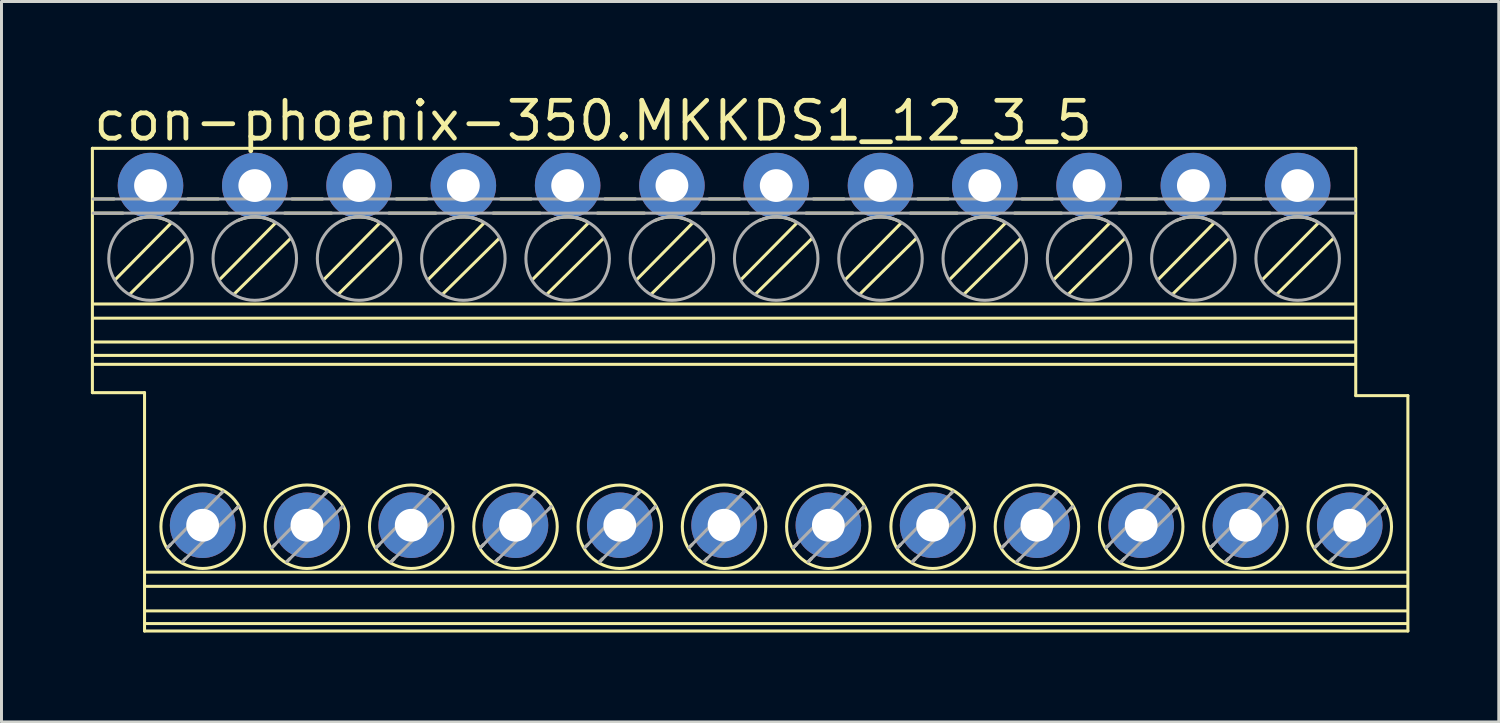
<source format=kicad_pcb>
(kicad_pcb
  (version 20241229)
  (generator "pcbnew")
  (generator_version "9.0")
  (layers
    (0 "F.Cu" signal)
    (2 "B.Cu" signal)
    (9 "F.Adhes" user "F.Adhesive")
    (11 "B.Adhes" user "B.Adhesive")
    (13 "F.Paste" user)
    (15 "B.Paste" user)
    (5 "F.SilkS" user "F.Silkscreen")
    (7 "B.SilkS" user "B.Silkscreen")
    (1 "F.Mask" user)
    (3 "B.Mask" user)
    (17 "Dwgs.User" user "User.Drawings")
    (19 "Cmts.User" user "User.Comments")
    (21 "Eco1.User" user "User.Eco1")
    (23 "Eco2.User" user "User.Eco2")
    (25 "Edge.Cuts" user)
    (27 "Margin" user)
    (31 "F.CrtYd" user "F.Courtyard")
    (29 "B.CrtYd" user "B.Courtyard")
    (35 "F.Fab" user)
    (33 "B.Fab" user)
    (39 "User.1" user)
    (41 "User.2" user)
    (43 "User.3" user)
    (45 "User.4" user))
  (footprint "con-phoenix-350.MKKDS1_12_3_5"
    (layer "F.Cu")
    (at 21.251 10.028)
    (property "Reference" "con-phoenix-350.MKKDS1_12_3_5" (at -21.251 -8.278 0) (layer "F.SilkS") (effects (font (size 1.27 1.27) (thickness 0.16)) (justify left bottom)))
    (attr through_hole)
    (fp_line (start -21.2 -8.1) (end 21.2 -8.1) (stroke (width 0.102) (type default)) (layer "F.SilkS"))
    (fp_line (start -21.2 0.1) (end -21.2 -8.1) (stroke (width 0.102) (type default)) (layer "F.SilkS"))
    (fp_line (start -21.175 -6.4) (end -20.475 -6.4) (stroke (width 0.102) (type default)) (layer "F.SilkS"))
    (fp_line (start -21.175 -5.925) (end -20.175 -5.925) (stroke (width 0.102) (type default)) (layer "F.SilkS"))
    (fp_line (start -21.15 -2.875) (end 21.175 -2.875) (stroke (width 0.102) (type default)) (layer "F.SilkS"))
    (fp_line (start -21.15 -2.4) (end 21.175 -2.4) (stroke (width 0.102) (type default)) (layer "F.SilkS"))
    (fp_line (start -21.15 -1.6) (end 21.175 -1.6) (stroke (width 0.102) (type default)) (layer "F.SilkS"))
    (fp_line (start -21.15 -0.85) (end 21.175 -0.85) (stroke (width 0.102) (type default)) (layer "F.SilkS"))
    (fp_line (start -20.425 -3.7) (end -18.575 -5.575) (stroke (width 0.102) (type default)) (layer "F.SilkS"))
    (fp_line (start -19.925 -3.225) (end -18.05 -5.075) (stroke (width 0.102) (type default)) (layer "F.SilkS"))
    (fp_line (start -19.45 0.1) (end -21.2 0.1) (stroke (width 0.102) (type default)) (layer "F.SilkS"))
    (fp_line (start -19.45 8.1) (end -19.45 0.1) (stroke (width 0.102) (type default)) (layer "F.SilkS"))
    (fp_line (start -19.4 6.125) (end 22.925 6.125) (stroke (width 0.102) (type default)) (layer "F.SilkS"))
    (fp_line (start -19.4 6.6) (end 22.925 6.6) (stroke (width 0.102) (type default)) (layer "F.SilkS"))
    (fp_line (start -19.4 7.425) (end 22.925 7.425) (stroke (width 0.102) (type default)) (layer "F.SilkS"))
    (fp_line (start -19.4 7.85) (end 22.925 7.85) (stroke (width 0.102) (type default)) (layer "F.SilkS"))
    (fp_line (start -18.675 5.3) (end -18.575 5.2) (stroke (width 0.102) (type default)) (layer "F.SilkS"))
    (fp_line (start -18.25 -5.925) (end -16.675 -5.925) (stroke (width 0.102) (type default)) (layer "F.SilkS"))
    (fp_line (start -18.175 5.775) (end -18.075 5.675) (stroke (width 0.102) (type default)) (layer "F.SilkS"))
    (fp_line (start -18 -6.4) (end -16.975 -6.4) (stroke (width 0.102) (type default)) (layer "F.SilkS"))
    (fp_line (start -16.925 -3.7) (end -15.075 -5.575) (stroke (width 0.102) (type default)) (layer "F.SilkS"))
    (fp_line (start -16.9 3.5) (end -16.825 3.425) (stroke (width 0.102) (type default)) (layer "F.SilkS"))
    (fp_line (start -16.425 -3.225) (end -14.55 -5.075) (stroke (width 0.102) (type default)) (layer "F.SilkS"))
    (fp_line (start -16.375 4) (end -16.3 3.925) (stroke (width 0.102) (type default)) (layer "F.SilkS"))
    (fp_line (start -15.175 5.3) (end -15.075 5.2) (stroke (width 0.102) (type default)) (layer "F.SilkS"))
    (fp_line (start -14.75 -5.925) (end -13.175 -5.925) (stroke (width 0.102) (type default)) (layer "F.SilkS"))
    (fp_line (start -14.675 5.775) (end -14.575 5.675) (stroke (width 0.102) (type default)) (layer "F.SilkS"))
    (fp_line (start -14.5 -6.4) (end -13.475 -6.4) (stroke (width 0.102) (type default)) (layer "F.SilkS"))
    (fp_line (start -13.425 -3.7) (end -11.575 -5.575) (stroke (width 0.102) (type default)) (layer "F.SilkS"))
    (fp_line (start -13.4 3.5) (end -13.325 3.425) (stroke (width 0.102) (type default)) (layer "F.SilkS"))
    (fp_line (start -12.925 -3.225) (end -11.05 -5.075) (stroke (width 0.102) (type default)) (layer "F.SilkS"))
    (fp_line (start -12.875 4) (end -12.8 3.925) (stroke (width 0.102) (type default)) (layer "F.SilkS"))
    (fp_line (start -11.675 5.3) (end -11.575 5.2) (stroke (width 0.102) (type default)) (layer "F.SilkS"))
    (fp_line (start -11.25 -5.925) (end -9.675 -5.925) (stroke (width 0.102) (type default)) (layer "F.SilkS"))
    (fp_line (start -11.175 5.775) (end -11.075 5.675) (stroke (width 0.102) (type default)) (layer "F.SilkS"))
    (fp_line (start -11 -6.4) (end -9.975 -6.4) (stroke (width 0.102) (type default)) (layer "F.SilkS"))
    (fp_line (start -9.925 -3.7) (end -8.075 -5.575) (stroke (width 0.102) (type default)) (layer "F.SilkS"))
    (fp_line (start -9.9 3.5) (end -9.825 3.425) (stroke (width 0.102) (type default)) (layer "F.SilkS"))
    (fp_line (start -9.425 -3.225) (end -7.55 -5.075) (stroke (width 0.102) (type default)) (layer "F.SilkS"))
    (fp_line (start -9.375 4) (end -9.3 3.925) (stroke (width 0.102) (type default)) (layer "F.SilkS"))
    (fp_line (start -8.175 5.3) (end -8.075 5.2) (stroke (width 0.102) (type default)) (layer "F.SilkS"))
    (fp_line (start -7.75 -5.925) (end -6.175 -5.925) (stroke (width 0.102) (type default)) (layer "F.SilkS"))
    (fp_line (start -7.675 5.775) (end -7.575 5.675) (stroke (width 0.102) (type default)) (layer "F.SilkS"))
    (fp_line (start -7.5 -6.4) (end -6.475 -6.4) (stroke (width 0.102) (type default)) (layer "F.SilkS"))
    (fp_line (start -6.425 -3.7) (end -4.575 -5.575) (stroke (width 0.102) (type default)) (layer "F.SilkS"))
    (fp_line (start -6.4 3.5) (end -6.325 3.425) (stroke (width 0.102) (type default)) (layer "F.SilkS"))
    (fp_line (start -5.925 -3.225) (end -4.05 -5.075) (stroke (width 0.102) (type default)) (layer "F.SilkS"))
    (fp_line (start -5.875 4) (end -5.8 3.925) (stroke (width 0.102) (type default)) (layer "F.SilkS"))
    (fp_line (start -4.675 5.3) (end -4.575 5.2) (stroke (width 0.102) (type default)) (layer "F.SilkS"))
    (fp_line (start -4.25 -5.925) (end -2.675 -5.925) (stroke (width 0.102) (type default)) (layer "F.SilkS"))
    (fp_line (start -4.175 5.775) (end -4.075 5.675) (stroke (width 0.102) (type default)) (layer "F.SilkS"))
    (fp_line (start -4 -6.4) (end -2.975 -6.4) (stroke (width 0.102) (type default)) (layer "F.SilkS"))
    (fp_line (start -2.925 -3.7) (end -1.075 -5.575) (stroke (width 0.102) (type default)) (layer "F.SilkS"))
    (fp_line (start -2.9 3.5) (end -2.825 3.425) (stroke (width 0.102) (type default)) (layer "F.SilkS"))
    (fp_line (start -2.425 -3.225) (end -0.55 -5.075) (stroke (width 0.102) (type default)) (layer "F.SilkS"))
    (fp_line (start -2.375 4) (end -2.3 3.925) (stroke (width 0.102) (type default)) (layer "F.SilkS"))
    (fp_line (start -1.175 5.3) (end -1.075 5.2) (stroke (width 0.102) (type default)) (layer "F.SilkS"))
    (fp_line (start -0.75 -5.925) (end 0.825 -5.925) (stroke (width 0.102) (type default)) (layer "F.SilkS"))
    (fp_line (start -0.675 5.775) (end -0.575 5.675) (stroke (width 0.102) (type default)) (layer "F.SilkS"))
    (fp_line (start -0.5 -6.4) (end 0.525 -6.4) (stroke (width 0.102) (type default)) (layer "F.SilkS"))
    (fp_line (start 0.575 -3.7) (end 2.425 -5.575) (stroke (width 0.102) (type default)) (layer "F.SilkS"))
    (fp_line (start 0.6 3.5) (end 0.675 3.425) (stroke (width 0.102) (type default)) (layer "F.SilkS"))
    (fp_line (start 1.075 -3.225) (end 2.95 -5.075) (stroke (width 0.102) (type default)) (layer "F.SilkS"))
    (fp_line (start 1.125 4) (end 1.2 3.925) (stroke (width 0.102) (type default)) (layer "F.SilkS"))
    (fp_line (start 2.325 5.3) (end 2.425 5.2) (stroke (width 0.102) (type default)) (layer "F.SilkS"))
    (fp_line (start 2.75 -5.925) (end 4.325 -5.925) (stroke (width 0.102) (type default)) (layer "F.SilkS"))
    (fp_line (start 2.825 5.775) (end 2.925 5.675) (stroke (width 0.102) (type default)) (layer "F.SilkS"))
    (fp_line (start 3 -6.4) (end 4.025 -6.4) (stroke (width 0.102) (type default)) (layer "F.SilkS"))
    (fp_line (start 4.075 -3.7) (end 5.925 -5.575) (stroke (width 0.102) (type default)) (layer "F.SilkS"))
    (fp_line (start 4.1 3.5) (end 4.175 3.425) (stroke (width 0.102) (type default)) (layer "F.SilkS"))
    (fp_line (start 4.575 -3.225) (end 6.45 -5.075) (stroke (width 0.102) (type default)) (layer "F.SilkS"))
    (fp_line (start 4.625 4) (end 4.7 3.925) (stroke (width 0.102) (type default)) (layer "F.SilkS"))
    (fp_line (start 5.825 5.3) (end 5.925 5.2) (stroke (width 0.102) (type default)) (layer "F.SilkS"))
    (fp_line (start 6.25 -5.925) (end 7.825 -5.925) (stroke (width 0.102) (type default)) (layer "F.SilkS"))
    (fp_line (start 6.325 5.775) (end 6.425 5.675) (stroke (width 0.102) (type default)) (layer "F.SilkS"))
    (fp_line (start 6.5 -6.4) (end 7.525 -6.4) (stroke (width 0.102) (type default)) (layer "F.SilkS"))
    (fp_line (start 7.575 -3.7) (end 9.425 -5.575) (stroke (width 0.102) (type default)) (layer "F.SilkS"))
    (fp_line (start 7.6 3.5) (end 7.675 3.425) (stroke (width 0.102) (type default)) (layer "F.SilkS"))
    (fp_line (start 8.075 -3.225) (end 9.95 -5.075) (stroke (width 0.102) (type default)) (layer "F.SilkS"))
    (fp_line (start 8.125 4) (end 8.2 3.925) (stroke (width 0.102) (type default)) (layer "F.SilkS"))
    (fp_line (start 9.325 5.3) (end 9.425 5.2) (stroke (width 0.102) (type default)) (layer "F.SilkS"))
    (fp_line (start 9.75 -5.925) (end 11.325 -5.925) (stroke (width 0.102) (type default)) (layer "F.SilkS"))
    (fp_line (start 9.825 5.775) (end 9.925 5.675) (stroke (width 0.102) (type default)) (layer "F.SilkS"))
    (fp_line (start 10 -6.4) (end 11.025 -6.4) (stroke (width 0.102) (type default)) (layer "F.SilkS"))
    (fp_line (start 11.075 -3.7) (end 12.925 -5.575) (stroke (width 0.102) (type default)) (layer "F.SilkS"))
    (fp_line (start 11.1 3.5) (end 11.175 3.425) (stroke (width 0.102) (type default)) (layer "F.SilkS"))
    (fp_line (start 11.575 -3.225) (end 13.45 -5.075) (stroke (width 0.102) (type default)) (layer "F.SilkS"))
    (fp_line (start 11.625 4) (end 11.7 3.925) (stroke (width 0.102) (type default)) (layer "F.SilkS"))
    (fp_line (start 12.825 5.3) (end 12.925 5.2) (stroke (width 0.102) (type default)) (layer "F.SilkS"))
    (fp_line (start 13.25 -5.925) (end 14.825 -5.925) (stroke (width 0.102) (type default)) (layer "F.SilkS"))
    (fp_line (start 13.325 5.775) (end 13.425 5.675) (stroke (width 0.102) (type default)) (layer "F.SilkS"))
    (fp_line (start 13.5 -6.4) (end 14.525 -6.4) (stroke (width 0.102) (type default)) (layer "F.SilkS"))
    (fp_line (start 14.575 -3.7) (end 16.425 -5.575) (stroke (width 0.102) (type default)) (layer "F.SilkS"))
    (fp_line (start 14.6 3.5) (end 14.675 3.425) (stroke (width 0.102) (type default)) (layer "F.SilkS"))
    (fp_line (start 15.075 -3.225) (end 16.95 -5.075) (stroke (width 0.102) (type default)) (layer "F.SilkS"))
    (fp_line (start 15.125 4) (end 15.2 3.925) (stroke (width 0.102) (type default)) (layer "F.SilkS"))
    (fp_line (start 16.325 5.3) (end 16.425 5.2) (stroke (width 0.102) (type default)) (layer "F.SilkS"))
    (fp_line (start 16.75 -5.925) (end 18.325 -5.925) (stroke (width 0.102) (type default)) (layer "F.SilkS"))
    (fp_line (start 16.825 5.775) (end 16.925 5.675) (stroke (width 0.102) (type default)) (layer "F.SilkS"))
    (fp_line (start 17 -6.4) (end 18.025 -6.4) (stroke (width 0.102) (type default)) (layer "F.SilkS"))
    (fp_line (start 18.075 -3.7) (end 19.925 -5.575) (stroke (width 0.102) (type default)) (layer "F.SilkS"))
    (fp_line (start 18.1 3.5) (end 18.175 3.425) (stroke (width 0.102) (type default)) (layer "F.SilkS"))
    (fp_line (start 18.575 -3.225) (end 20.45 -5.075) (stroke (width 0.102) (type default)) (layer "F.SilkS"))
    (fp_line (start 18.625 4) (end 18.7 3.925) (stroke (width 0.102) (type default)) (layer "F.SilkS"))
    (fp_line (start 19.825 5.3) (end 19.925 5.2) (stroke (width 0.102) (type default)) (layer "F.SilkS"))
    (fp_line (start 20.325 5.775) (end 20.425 5.675) (stroke (width 0.102) (type default)) (layer "F.SilkS"))
    (fp_line (start 21.175 -1.15) (end -21.15 -1.15) (stroke (width 0.102) (type default)) (layer "F.SilkS"))
    (fp_line (start 21.2 -8.1) (end 21.2 0.2) (stroke (width 0.102) (type default)) (layer "F.SilkS"))
    (fp_line (start 21.2 0.2) (end 22.95 0.2) (stroke (width 0.102) (type default)) (layer "F.SilkS"))
    (fp_line (start 21.6 3.5) (end 21.675 3.425) (stroke (width 0.102) (type default)) (layer "F.SilkS"))
    (fp_line (start 22.125 4) (end 22.2 3.925) (stroke (width 0.102) (type default)) (layer "F.SilkS"))
    (fp_line (start 22.95 0.2) (end 22.95 8.1) (stroke (width 0.102) (type default)) (layer "F.SilkS"))
    (fp_line (start 22.95 8.1) (end -19.45 8.1) (stroke (width 0.102) (type default)) (layer "F.SilkS"))
    (fp_arc (start -19.825 -5.675) (mid -19.222184 -5.797679) (end -18.625 -5.65) (stroke (width 0.1016) (type default)) (layer "F.SilkS"))
    (fp_arc (start -16.325 -5.675) (mid -15.722184 -5.797679) (end -15.125 -5.65) (stroke (width 0.1016) (type default)) (layer "F.SilkS"))
    (fp_arc (start -12.825 -5.675) (mid -12.222184 -5.797679) (end -11.625 -5.65) (stroke (width 0.1016) (type default)) (layer "F.SilkS"))
    (fp_arc (start -9.325 -5.675) (mid -8.722184 -5.797679) (end -8.125 -5.65) (stroke (width 0.1016) (type default)) (layer "F.SilkS"))
    (fp_arc (start -5.825 -5.675) (mid -5.222184 -5.797679) (end -4.625 -5.65) (stroke (width 0.1016) (type default)) (layer "F.SilkS"))
    (fp_arc (start -2.325 -5.675) (mid -1.722184 -5.797679) (end -1.125 -5.65) (stroke (width 0.1016) (type default)) (layer "F.SilkS"))
    (fp_arc (start 1.175 -5.675) (mid 1.777816 -5.797679) (end 2.375 -5.65) (stroke (width 0.1016) (type default)) (layer "F.SilkS"))
    (fp_arc (start 4.675 -5.675) (mid 5.277816 -5.797679) (end 5.875 -5.65) (stroke (width 0.1016) (type default)) (layer "F.SilkS"))
    (fp_arc (start 8.175 -5.675) (mid 8.777816 -5.797679) (end 9.375 -5.65) (stroke (width 0.1016) (type default)) (layer "F.SilkS"))
    (fp_arc (start 11.675 -5.675) (mid 12.277816 -5.797679) (end 12.875 -5.65) (stroke (width 0.1016) (type default)) (layer "F.SilkS"))
    (fp_arc (start 15.175 -5.675) (mid 15.777816 -5.797679) (end 16.375 -5.65) (stroke (width 0.1016) (type default)) (layer "F.SilkS"))
    (fp_arc (start 18.675 -5.675) (mid 19.277816 -5.797679) (end 19.875 -5.65) (stroke (width 0.1016) (type default)) (layer "F.SilkS"))
    (fp_circle (center -17.5 4.6) (end -16.099 4.6) (stroke (width 0.102) (type default)) (fill no) (layer "F.SilkS"))
    (fp_circle (center -14 4.6) (end -12.599 4.6) (stroke (width 0.102) (type default)) (fill no) (layer "F.SilkS"))
    (fp_circle (center -10.5 4.6) (end -9.099 4.6) (stroke (width 0.102) (type default)) (fill no) (layer "F.SilkS"))
    (fp_circle (center -7 4.6) (end -5.599 4.6) (stroke (width 0.102) (type default)) (fill no) (layer "F.SilkS"))
    (fp_circle (center -3.5 4.6) (end -2.099 4.6) (stroke (width 0.102) (type default)) (fill no) (layer "F.SilkS"))
    (fp_circle (center 0 4.6) (end 1.401 4.6) (stroke (width 0.102) (type default)) (fill no) (layer "F.SilkS"))
    (fp_circle (center 3.5 4.6) (end 4.901 4.6) (stroke (width 0.102) (type default)) (fill no) (layer "F.SilkS"))
    (fp_circle (center 7 4.6) (end 8.401 4.6) (stroke (width 0.102) (type default)) (fill no) (layer "F.SilkS"))
    (fp_circle (center 10.5 4.6) (end 11.901 4.6) (stroke (width 0.102) (type default)) (fill no) (layer "F.SilkS"))
    (fp_circle (center 14 4.6) (end 15.401 4.6) (stroke (width 0.102) (type default)) (fill no) (layer "F.SilkS"))
    (fp_circle (center 17.5 4.6) (end 18.901 4.6) (stroke (width 0.102) (type default)) (fill no) (layer "F.SilkS"))
    (fp_circle (center 21 4.6) (end 22.401 4.6) (stroke (width 0.102) (type default)) (fill no) (layer "F.SilkS"))
    (fp_line (start -21.175 -6.4) (end 21.15 -6.4) (stroke (width 0.102) (type default)) (layer "F.Fab"))
    (fp_line (start -21.175 -5.925) (end 21.15 -5.925) (stroke (width 0.102) (type default)) (layer "F.Fab"))
    (fp_line (start -18.675 5.3) (end -16.825 3.425) (stroke (width 0.102) (type default)) (layer "F.Fab"))
    (fp_line (start -18.175 5.775) (end -16.3 3.925) (stroke (width 0.102) (type default)) (layer "F.Fab"))
    (fp_line (start -15.175 5.3) (end -13.325 3.425) (stroke (width 0.102) (type default)) (layer "F.Fab"))
    (fp_line (start -14.675 5.775) (end -12.8 3.925) (stroke (width 0.102) (type default)) (layer "F.Fab"))
    (fp_line (start -11.675 5.3) (end -9.825 3.425) (stroke (width 0.102) (type default)) (layer "F.Fab"))
    (fp_line (start -11.175 5.775) (end -9.3 3.925) (stroke (width 0.102) (type default)) (layer "F.Fab"))
    (fp_line (start -8.175 5.3) (end -6.325 3.425) (stroke (width 0.102) (type default)) (layer "F.Fab"))
    (fp_line (start -7.675 5.775) (end -5.8 3.925) (stroke (width 0.102) (type default)) (layer "F.Fab"))
    (fp_line (start -4.675 5.3) (end -2.825 3.425) (stroke (width 0.102) (type default)) (layer "F.Fab"))
    (fp_line (start -4.175 5.775) (end -2.3 3.925) (stroke (width 0.102) (type default)) (layer "F.Fab"))
    (fp_line (start -1.175 5.3) (end 0.675 3.425) (stroke (width 0.102) (type default)) (layer "F.Fab"))
    (fp_line (start -0.675 5.775) (end 1.2 3.925) (stroke (width 0.102) (type default)) (layer "F.Fab"))
    (fp_line (start 2.325 5.3) (end 4.175 3.425) (stroke (width 0.102) (type default)) (layer "F.Fab"))
    (fp_line (start 2.825 5.775) (end 4.7 3.925) (stroke (width 0.102) (type default)) (layer "F.Fab"))
    (fp_line (start 5.825 5.3) (end 7.675 3.425) (stroke (width 0.102) (type default)) (layer "F.Fab"))
    (fp_line (start 6.325 5.775) (end 8.2 3.925) (stroke (width 0.102) (type default)) (layer "F.Fab"))
    (fp_line (start 9.325 5.3) (end 11.175 3.425) (stroke (width 0.102) (type default)) (layer "F.Fab"))
    (fp_line (start 9.825 5.775) (end 11.7 3.925) (stroke (width 0.102) (type default)) (layer "F.Fab"))
    (fp_line (start 12.825 5.3) (end 14.675 3.425) (stroke (width 0.102) (type default)) (layer "F.Fab"))
    (fp_line (start 13.325 5.775) (end 15.2 3.925) (stroke (width 0.102) (type default)) (layer "F.Fab"))
    (fp_line (start 16.325 5.3) (end 18.175 3.425) (stroke (width 0.102) (type default)) (layer "F.Fab"))
    (fp_line (start 16.825 5.775) (end 18.7 3.925) (stroke (width 0.102) (type default)) (layer "F.Fab"))
    (fp_line (start 19.825 5.3) (end 21.675 3.425) (stroke (width 0.102) (type default)) (layer "F.Fab"))
    (fp_line (start 20.325 5.775) (end 22.2 3.925) (stroke (width 0.102) (type default)) (layer "F.Fab"))
    (fp_circle (center -19.25 -4.4) (end -17.849 -4.4) (stroke (width 0.102) (type default)) (fill no) (layer "F.Fab"))
    (fp_circle (center -15.75 -4.4) (end -14.349 -4.4) (stroke (width 0.102) (type default)) (fill no) (layer "F.Fab"))
    (fp_circle (center -12.25 -4.4) (end -10.849 -4.4) (stroke (width 0.102) (type default)) (fill no) (layer "F.Fab"))
    (fp_circle (center -8.75 -4.4) (end -7.349 -4.4) (stroke (width 0.102) (type default)) (fill no) (layer "F.Fab"))
    (fp_circle (center -5.25 -4.4) (end -3.849 -4.4) (stroke (width 0.102) (type default)) (fill no) (layer "F.Fab"))
    (fp_circle (center -1.75 -4.4) (end -0.349 -4.4) (stroke (width 0.102) (type default)) (fill no) (layer "F.Fab"))
    (fp_circle (center 1.75 -4.4) (end 3.151 -4.4) (stroke (width 0.102) (type default)) (fill no) (layer "F.Fab"))
    (fp_circle (center 5.25 -4.4) (end 6.651 -4.4) (stroke (width 0.102) (type default)) (fill no) (layer "F.Fab"))
    (fp_circle (center 8.75 -4.4) (end 10.151 -4.4) (stroke (width 0.102) (type default)) (fill no) (layer "F.Fab"))
    (fp_circle (center 12.25 -4.4) (end 13.651 -4.4) (stroke (width 0.102) (type default)) (fill no) (layer "F.Fab"))
    (fp_circle (center 15.75 -4.4) (end 17.151 -4.4) (stroke (width 0.102) (type default)) (fill no) (layer "F.Fab"))
    (fp_circle (center 19.25 -4.4) (end 20.651 -4.4) (stroke (width 0.102) (type default)) (fill no) (layer "F.Fab"))
    (pad "1" thru_hole circle (at -19.25 -6.85) (size 2.2 2.2) (drill 1.1) (layers "*.Cu" "*.Mask"))
    (pad "2" thru_hole circle (at -17.5 4.55) (size 2.2 2.2) (drill 1.1) (layers "*.Cu" "*.Mask"))
    (pad "3" thru_hole circle (at -15.75 -6.85) (size 2.2 2.2) (drill 1.1) (layers "*.Cu" "*.Mask"))
    (pad "4" thru_hole circle (at -14 4.55) (size 2.2 2.2) (drill 1.1) (layers "*.Cu" "*.Mask"))
    (pad "5" thru_hole circle (at -12.25 -6.85) (size 2.2 2.2) (drill 1.1) (layers "*.Cu" "*.Mask"))
    (pad "6" thru_hole circle (at -10.5 4.55) (size 2.2 2.2) (drill 1.1) (layers "*.Cu" "*.Mask"))
    (pad "7" thru_hole circle (at -8.75 -6.85) (size 2.2 2.2) (drill 1.1) (layers "*.Cu" "*.Mask"))
    (pad "8" thru_hole circle (at -7 4.55) (size 2.2 2.2) (drill 1.1) (layers "*.Cu" "*.Mask"))
    (pad "9" thru_hole circle (at -5.25 -6.85) (size 2.2 2.2) (drill 1.1) (layers "*.Cu" "*.Mask"))
    (pad "10" thru_hole circle (at -3.5 4.55) (size 2.2 2.2) (drill 1.1) (layers "*.Cu" "*.Mask"))
    (pad "11" thru_hole circle (at -1.75 -6.85) (size 2.2 2.2) (drill 1.1) (layers "*.Cu" "*.Mask"))
    (pad "12" thru_hole circle (at 0 4.55) (size 2.2 2.2) (drill 1.1) (layers "*.Cu" "*.Mask"))
    (pad "13" thru_hole circle (at 1.75 -6.85) (size 2.2 2.2) (drill 1.1) (layers "*.Cu" "*.Mask"))
    (pad "14" thru_hole circle (at 3.5 4.55) (size 2.2 2.2) (drill 1.1) (layers "*.Cu" "*.Mask"))
    (pad "15" thru_hole circle (at 5.25 -6.85) (size 2.2 2.2) (drill 1.1) (layers "*.Cu" "*.Mask"))
    (pad "16" thru_hole circle (at 7 4.55) (size 2.2 2.2) (drill 1.1) (layers "*.Cu" "*.Mask"))
    (pad "17" thru_hole circle (at 8.75 -6.85) (size 2.2 2.2) (drill 1.1) (layers "*.Cu" "*.Mask"))
    (pad "18" thru_hole circle (at 10.5 4.55) (size 2.2 2.2) (drill 1.1) (layers "*.Cu" "*.Mask"))
    (pad "19" thru_hole circle (at 12.25 -6.85) (size 2.2 2.2) (drill 1.1) (layers "*.Cu" "*.Mask"))
    (pad "20" thru_hole circle (at 14 4.55) (size 2.2 2.2) (drill 1.1) (layers "*.Cu" "*.Mask"))
    (pad "21" thru_hole circle (at 15.75 -6.85) (size 2.2 2.2) (drill 1.1) (layers "*.Cu" "*.Mask"))
    (pad "22" thru_hole circle (at 17.5 4.55) (size 2.2 2.2) (drill 1.1) (layers "*.Cu" "*.Mask"))
    (pad "23" thru_hole circle (at 19.25 -6.85) (size 2.2 2.2) (drill 1.1) (layers "*.Cu" "*.Mask"))
    (pad "24" thru_hole circle (at 21 4.55) (size 2.2 2.2) (drill 1.1) (layers "*.Cu" "*.Mask")))
  (gr_rect
    (start -3 -3)
    (end 47.252 21.179)
    (stroke (width 0.1) (type default))
    (fill no)
    (layer "Edge.Cuts")))
</source>
